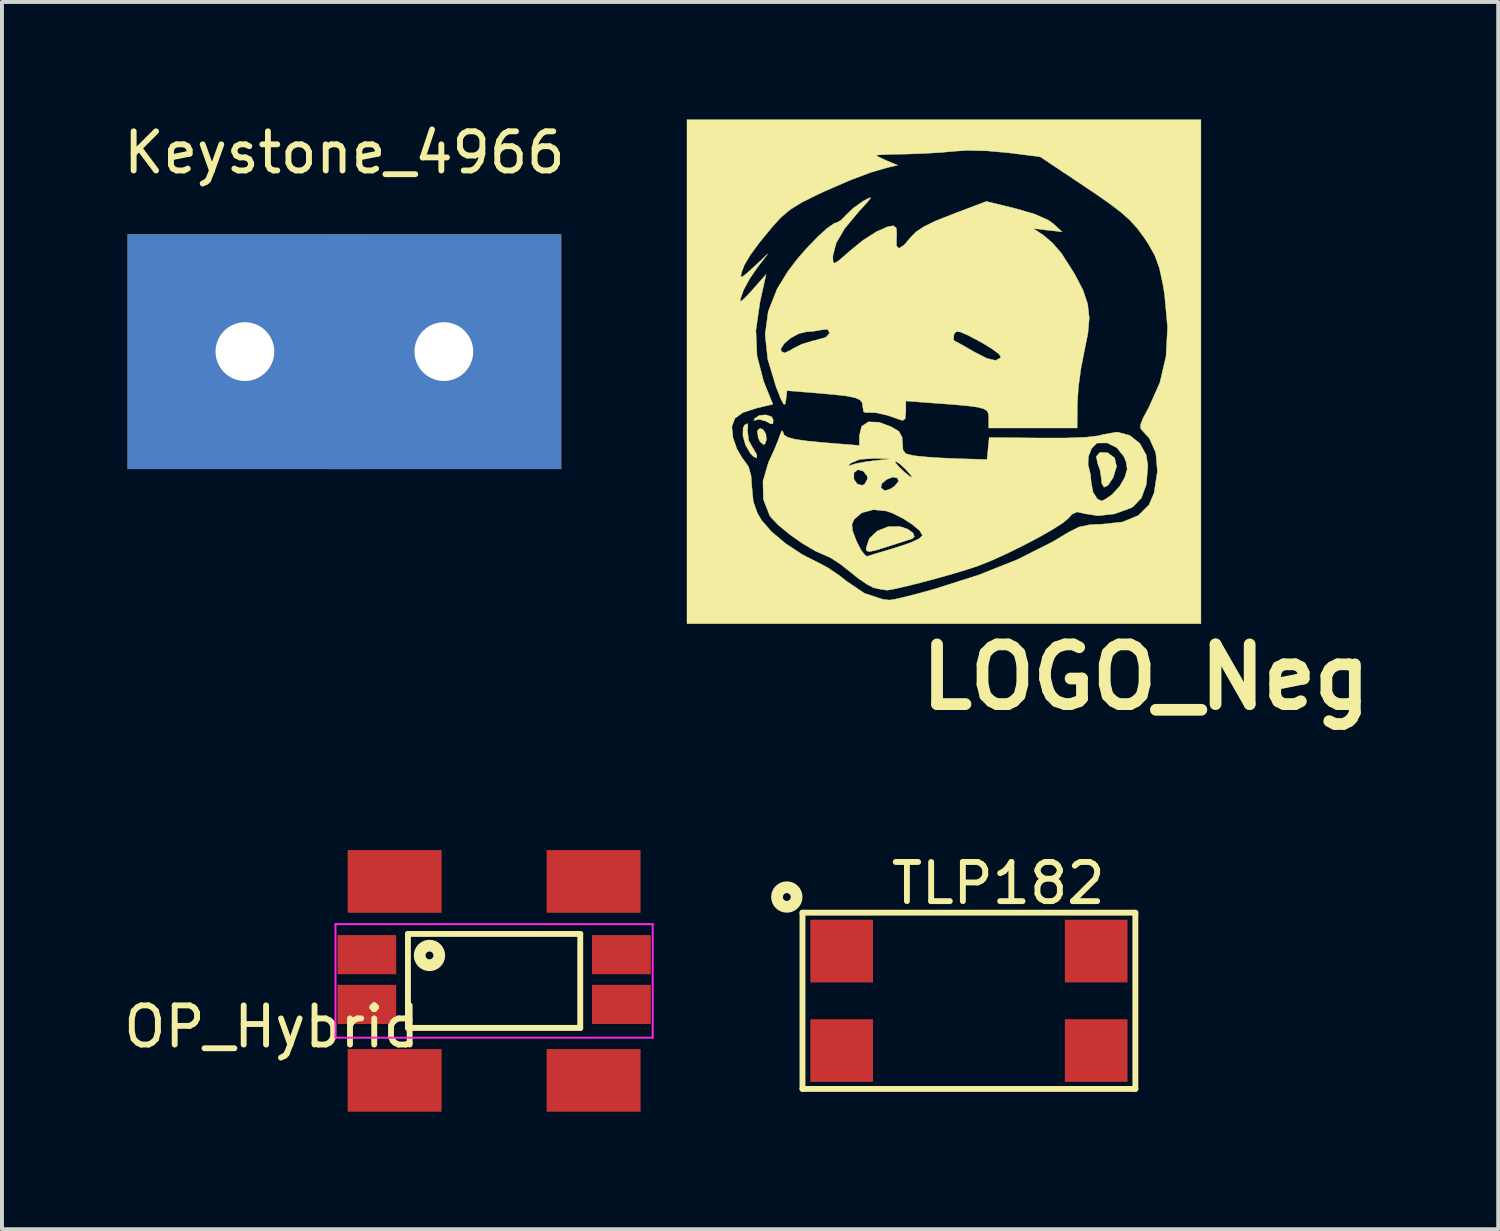
<source format=kicad_pcb>
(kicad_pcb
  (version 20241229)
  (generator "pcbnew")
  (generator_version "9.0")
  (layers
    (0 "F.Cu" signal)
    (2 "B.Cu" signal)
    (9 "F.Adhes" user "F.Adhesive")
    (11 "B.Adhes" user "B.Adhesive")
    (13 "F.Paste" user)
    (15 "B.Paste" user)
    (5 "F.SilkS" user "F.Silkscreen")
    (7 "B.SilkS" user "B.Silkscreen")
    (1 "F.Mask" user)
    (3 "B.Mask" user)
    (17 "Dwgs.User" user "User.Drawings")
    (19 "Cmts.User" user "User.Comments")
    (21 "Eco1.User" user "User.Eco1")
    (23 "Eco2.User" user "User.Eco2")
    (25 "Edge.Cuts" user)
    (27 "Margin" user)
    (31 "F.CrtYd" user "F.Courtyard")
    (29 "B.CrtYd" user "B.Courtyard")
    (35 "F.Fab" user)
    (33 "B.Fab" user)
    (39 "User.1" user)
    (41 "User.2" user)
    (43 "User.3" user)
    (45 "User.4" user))
  (footprint "Keystone_4966"
    (layer "F.Cu")
    (at 5.744 5.928)
    (property "Reference" "Keystone_4966" (at 0 -5.08 0) (layer "F.SilkS") (effects (font (size 1 1) (thickness 0.15))))
    (attr through_hole)
    (pad "1" thru_hole rect (at -2.54 0) (size 6 6) (drill 1.5) (layers "*.Cu" "*.Mask"))
    (pad "1" thru_hole rect (at 2.54 0) (size 6 6) (drill 1.5) (layers "*.Cu" "*.Mask")))
  (footprint "LOGO_Neg"
    (layer "F.Cu")
    (at 21.012 6.44)
    (property "Reference" "LOGO_Neg" (at 5.2 7.8 0) (layer "F.SilkS") (effects (font (size 1.524 1.524) (thickness 0.3))))
    (attr through_hole)
    (fp_poly (pts (xy -4.578 1.478) (xy -4.507 1.586) (xy -4.49 1.737) (xy -4.529 1.847) (xy -4.566 1.863) (xy -4.652 1.793) (xy -4.701 1.687) (xy -4.724 1.508) (xy -4.656 1.448) (xy -4.578 1.478)) (stroke (width 0.01) (type solid)) (fill yes) (layer "F.SilkS"))
    (fp_poly (pts (xy -4.361 1.15) (xy -4.318 1.228) (xy -4.326 1.331) (xy -4.385 1.332) (xy -4.509 1.263) (xy -4.675 1.218) (xy -4.755 1.236) (xy -4.812 1.245) (xy -4.792 1.198) (xy -4.671 1.117) (xy -4.503 1.103) (xy -4.361 1.15)) (stroke (width 0.01) (type solid)) (fill yes) (layer "F.SilkS"))
    (fp_poly (pts (xy -4.965 1.427) (xy -4.976 1.487) (xy -4.944 1.761) (xy -4.835 1.954) (xy -4.737 2.123) (xy -4.737 2.204) (xy -4.821 2.169) (xy -4.904 2.083) (xy -5.027 1.87) (xy -5.092 1.632) (xy -5.086 1.433) (xy -5.042 1.358) (xy -4.97 1.326) (xy -4.965 1.427)) (stroke (width 0.01) (type solid)) (fill yes) (layer "F.SilkS"))
    (fp_poly (pts (xy 4.22 2.07) (xy 4.4 2.201) (xy 4.45 2.42) (xy 4.365 2.701) (xy 4.363 2.705) (xy 4.231 2.903) (xy 4.129 2.952) (xy 4.071 2.848) (xy 4.064 2.746) (xy 4.027 2.504) (xy 3.971 2.356) (xy 3.931 2.168) (xy 4.024 2.062) (xy 4.22 2.07)) (stroke (width 0.01) (type solid)) (fill yes) (layer "F.SilkS"))
    (fp_poly (pts (xy -0.879 4.023) (xy -0.746 4.122) (xy -0.712 4.218) (xy -0.774 4.268) (xy -0.911 4.311) (xy -1.153 4.389) (xy -1.418 4.475) (xy -1.702 4.562) (xy -1.861 4.596) (xy -1.93 4.578) (xy -1.945 4.509) (xy -1.945 4.503) (xy -1.863 4.261) (xy -1.66 4.069) (xy -1.381 3.958) (xy -1.078 3.955) (xy -0.879 4.023)) (stroke (width 0.01) (type solid)) (fill yes) (layer "F.SilkS"))
    (fp_poly (pts (xy 6.604 6.435) (xy -6.519 6.435) (xy -6.519 1.407) (xy -5.374 1.407) (xy -5.344 1.69) (xy -5.246 1.971) (xy -5.104 2.214) (xy -5.07 2.255) (xy -4.947 2.43) (xy -4.883 2.66) (xy -4.862 2.951) (xy -4.826 3.318) (xy -4.723 3.611) (xy -4.616 3.793) (xy -4.362 4.086) (xy -3.997 4.392) (xy -3.573 4.672) (xy -3.161 4.88) (xy -2.922 5.008) (xy -2.635 5.202) (xy -2.445 5.351) (xy -1.987 5.66) (xy -1.52 5.814) (xy -1.351 5.833) (xy -1.223 5.814) (xy -0.968 5.756) (xy -0.624 5.668) (xy -0.226 5.558) (xy -0.208 5.553) (xy 0.924 5.194) (xy 1.918 4.798) (xy 2.802 4.353) (xy 3.232 4.097) (xy 3.488 3.968) (xy 3.775 3.907) (xy 4.076 3.895) (xy 4.602 3.839) (xy 5.004 3.673) (xy 5.28 3.398) (xy 5.408 3.098) (xy 5.493 2.542) (xy 5.452 2.072) (xy 5.286 1.7) (xy 5.127 1.528) (xy 5.065 1.454) (xy 5.061 1.354) (xy 5.126 1.19) (xy 5.269 0.921) (xy 5.281 0.899) (xy 5.557 0.276) (xy 5.713 -0.393) (xy 5.752 -1.134) (xy 5.676 -1.97) (xy 5.632 -2.238) (xy 5.542 -2.65) (xy 5.423 -2.975) (xy 5.241 -3.294) (xy 5.143 -3.439) (xy 4.976 -3.663) (xy 4.795 -3.863) (xy 4.571 -4.063) (xy 4.276 -4.289) (xy 3.879 -4.565) (xy 3.636 -4.728) (xy 2.498 -5.487) (xy 1.674 -5.59) (xy 1.14 -5.638) (xy 0.645 -5.649) (xy 0.319 -5.629) (xy -0.029 -5.597) (xy -0.462 -5.571) (xy -0.893 -5.556) (xy -0.953 -5.555) (xy -1.283 -5.549) (xy -1.537 -5.54) (xy -1.678 -5.529) (xy -1.693 -5.525) (xy -1.624 -5.482) (xy -1.454 -5.403) (xy -1.418 -5.387) (xy -1.143 -5.271) (xy -1.397 -5.212) (xy -1.822 -5.089) (xy -2.345 -4.892) (xy -2.985 -4.614) (xy -3.175 -4.527) (xy -3.583 -4.325) (xy -3.882 -4.141) (xy -4.123 -3.936) (xy -4.324 -3.717) (xy -4.665 -3.302) (xy -4.901 -2.981) (xy -5.051 -2.729) (xy -5.125 -2.54) (xy -5.146 -2.434) (xy -5.111 -2.419) (xy -4.998 -2.505) (xy -4.82 -2.667) (xy -4.457 -3.006) (xy -4.724 -2.658) (xy -4.922 -2.368) (xy -5.074 -2.085) (xy -5.155 -1.86) (xy -5.161 -1.794) (xy -5.109 -1.82) (xy -4.978 -1.946) (xy -4.828 -2.111) (xy -4.499 -2.486) (xy -4.657 -1.772) (xy -4.76 -1.056) (xy -4.731 -0.402) (xy -4.565 0.238) (xy -4.504 0.395) (xy -4.326 0.832) (xy -4.739 0.931) (xy -5.093 1.045) (xy -5.298 1.195) (xy -5.374 1.407) (xy -6.519 1.407) (xy -6.519 -6.435) (xy 6.604 -6.435) (xy 6.604 6.435)) (stroke (width 0.01) (type solid)) (fill yes) (layer "F.SilkS"))
    (fp_poly (pts (xy -1.878 -4.369) (xy -2.034 -4.195) (xy -2.129 -4.092) (xy -2.49 -3.658) (xy -2.709 -3.287) (xy -2.793 -2.964) (xy -2.794 -2.917) (xy -2.789 -2.803) (xy -2.754 -2.768) (xy -2.661 -2.821) (xy -2.483 -2.973) (xy -2.374 -3.071) (xy -2.023 -3.355) (xy -1.684 -3.572) (xy -1.395 -3.7) (xy -1.253 -3.725) (xy -1.174 -3.671) (xy -1.163 -3.49) (xy -1.169 -3.429) (xy -1.17 -3.21) (xy -1.104 -3.147) (xy -0.97 -3.239) (xy -0.824 -3.411) (xy -0.681 -3.561) (xy -0.477 -3.699) (xy -0.178 -3.845) (xy 0.25 -4.016) (xy 0.257 -4.018) (xy 1.124 -4.347) (xy 1.867 -4.166) (xy 2.368 -4.02) (xy 2.713 -3.865) (xy 2.833 -3.778) (xy 3.057 -3.571) (xy 2.692 -3.612) (xy 2.328 -3.654) (xy 2.593 -3.476) (xy 2.814 -3.286) (xy 3.028 -3.04) (xy 3.068 -2.983) (xy 3.381 -2.49) (xy 3.593 -2.084) (xy 3.713 -1.724) (xy 3.752 -1.367) (xy 3.718 -0.973) (xy 3.623 -0.508) (xy 3.54 -0.079) (xy 3.477 0.384) (xy 3.449 0.788) (xy 3.448 0.826) (xy 3.443 1.439) (xy 1.185 1.439) (xy 1.185 1.191) (xy 1.18 1.086) (xy 1.148 1.009) (xy 1.065 0.952) (xy 0.909 0.909) (xy 0.654 0.874) (xy 0.278 0.84) (xy -0.233 0.802) (xy -0.931 0.75) (xy -0.931 1.019) (xy -0.947 1.2) (xy -1.01 1.247) (xy -1.079 1.228) (xy -1.397 1.117) (xy -1.684 1.051) (xy -1.883 1.042) (xy -1.913 1.05) (xy -2.008 1.029) (xy -2.032 0.897) (xy -2.045 0.796) (xy -2.102 0.721) (xy -2.228 0.666) (xy -2.449 0.622) (xy -2.789 0.584) (xy -3.234 0.545) (xy -3.966 0.486) (xy -3.994 0.73) (xy -4.015 0.833) (xy -4.053 0.829) (xy -4.12 0.701) (xy -4.227 0.432) (xy -4.247 0.381) (xy -4.457 -0.317) (xy -4.485 -0.581) (xy -4.122 -0.581) (xy -4.114 -0.52) (xy -4.026 -0.477) (xy -3.864 -0.554) (xy -3.825 -0.581) (xy -3.591 -0.7) (xy -3.3 -0.789) (xy -3.239 -0.801) (xy -3.171 -0.82) (xy 0.284 -0.82) (xy 0.313 -0.784) (xy 0.418 -0.731) (xy 0.619 -0.618) (xy 0.804 -0.51) (xy 1.14 -0.338) (xy 1.363 -0.286) (xy 1.482 -0.351) (xy 1.494 -0.381) (xy 1.438 -0.458) (xy 1.264 -0.586) (xy 1.008 -0.742) (xy 0.938 -0.78) (xy 0.642 -0.935) (xy 0.46 -1.013) (xy 0.36 -1.022) (xy 0.308 -0.972) (xy 0.299 -0.951) (xy 0.284 -0.82) (xy -3.171 -0.82) (xy -2.976 -0.875) (xy -2.879 -0.98) (xy -2.879 -0.991) (xy -2.928 -1.081) (xy -3.069 -1.069) (xy -3.313 -1.027) (xy -3.471 -1.017) (xy -3.666 -0.97) (xy -3.871 -0.858) (xy -4.038 -0.717) (xy -4.122 -0.581) (xy -4.485 -0.581) (xy -4.524 -0.947) (xy -4.445 -1.538) (xy -4.217 -2.115) (xy -3.945 -2.557) (xy -3.714 -2.862) (xy -3.45 -3.166) (xy -3.183 -3.441) (xy -2.944 -3.658) (xy -2.76 -3.787) (xy -2.688 -3.81) (xy -2.581 -3.87) (xy -2.455 -4) (xy -2.276 -4.173) (xy -2.043 -4.34) (xy -2.02 -4.354) (xy -1.877 -4.432) (xy -1.828 -4.443) (xy -1.878 -4.369)) (stroke (width 0.01) (type solid)) (fill yes) (layer "F.SilkS"))
    (fp_poly (pts (xy -1.617 1.292) (xy -1.304 1.407) (xy -1.107 1.526) (xy -1.027 1.674) (xy -1.016 1.825) (xy -1.003 2.003) (xy -0.934 2.093) (xy -0.762 2.139) (xy -0.656 2.154) (xy -0.397 2.179) (xy -0.039 2.203) (xy 0.35 2.22) (xy 0.423 2.223) (xy 1.143 2.244) (xy 1.17 1.963) (xy 1.197 1.682) (xy 2.525 1.695) (xy 3.174 1.694) (xy 3.659 1.675) (xy 3.984 1.638) (xy 4.113 1.604) (xy 4.461 1.542) (xy 4.783 1.626) (xy 5.043 1.83) (xy 5.208 2.131) (xy 5.249 2.404) (xy 5.209 2.883) (xy 5.085 3.226) (xy 4.872 3.449) (xy 4.806 3.486) (xy 4.397 3.633) (xy 3.978 3.68) (xy 3.637 3.627) (xy 3.443 3.582) (xy 3.313 3.64) (xy 3.22 3.745) (xy 3.08 3.862) (xy 2.82 4.028) (xy 2.474 4.226) (xy 2.076 4.435) (xy 1.663 4.639) (xy 1.269 4.818) (xy 0.928 4.955) (xy 0.909 4.962) (xy 0.623 5.056) (xy 0.259 5.166) (xy -0.145 5.279) (xy -0.55 5.388) (xy -0.919 5.48) (xy -1.213 5.547) (xy -1.394 5.579) (xy -1.42 5.58) (xy -1.621 5.549) (xy -1.758 5.516) (xy -1.923 5.432) (xy -2.155 5.272) (xy -2.352 5.113) (xy -2.602 4.916) (xy -2.833 4.764) (xy -2.965 4.702) (xy -3.234 4.585) (xy -3.56 4.393) (xy -3.892 4.16) (xy -4.182 3.922) (xy -4.206 3.898) (xy -2.307 3.898) (xy -2.294 4.051) (xy -2.208 4.287) (xy -2.184 4.343) (xy -2.069 4.565) (xy -1.963 4.697) (xy -1.914 4.715) (xy -1.793 4.676) (xy -1.555 4.604) (xy -1.247 4.511) (xy -1.164 4.487) (xy -0.825 4.373) (xy -0.598 4.268) (xy -0.508 4.185) (xy -0.508 4.18) (xy -0.578 4.061) (xy -0.759 3.907) (xy -1.004 3.748) (xy -1.268 3.616) (xy -1.423 3.561) (xy -1.758 3.525) (xy -2.054 3.603) (xy -2.252 3.772) (xy -2.307 3.898) (xy -4.206 3.898) (xy -4.38 3.715) (xy -4.408 3.675) (xy -4.569 3.259) (xy -4.575 2.958) (xy -1.568 2.958) (xy -1.563 2.969) (xy -1.468 3.042) (xy -1.32 2.993) (xy -1.223 2.927) (xy -1.116 2.803) (xy -1.146 2.716) (xy -1.263 2.692) (xy -1.415 2.75) (xy -1.538 2.852) (xy -1.568 2.958) (xy -4.575 2.958) (xy -4.579 2.796) (xy -4.564 2.746) (xy -2.258 2.746) (xy -2.17 2.869) (xy -2.043 2.903) (xy -1.983 2.874) (xy -1.909 2.736) (xy -1.917 2.667) (xy -2.022 2.538) (xy -2.158 2.504) (xy -2.256 2.584) (xy -2.256 2.585) (xy -2.258 2.746) (xy -4.564 2.746) (xy -4.466 2.409) (xy -2.412 2.409) (xy -2.371 2.399) (xy -2.218 2.351) (xy -1.964 2.303) (xy -1.837 2.286) (xy -1.205 2.286) (xy -1.191 2.333) (xy -1.094 2.442) (xy -0.959 2.571) (xy -0.832 2.673) (xy -0.768 2.707) (xy -0.795 2.655) (xy -0.906 2.525) (xy -0.931 2.498) (xy -1.063 2.375) (xy 3.722 2.375) (xy 3.734 2.419) (xy 3.783 2.625) (xy 3.804 2.841) (xy 3.851 3.081) (xy 3.96 3.252) (xy 4.07 3.302) (xy 4.169 3.255) (xy 4.332 3.14) (xy 4.337 3.136) (xy 4.525 2.933) (xy 4.658 2.706) (xy 4.721 2.492) (xy 4.693 2.302) (xy 4.634 2.164) (xy 4.456 1.942) (xy 4.211 1.82) (xy 3.959 1.824) (xy 3.942 1.831) (xy 3.816 1.955) (xy 3.733 2.164) (xy 3.722 2.375) (xy -1.063 2.375) (xy -1.086 2.354) (xy -1.198 2.287) (xy -1.205 2.286) (xy -1.837 2.286) (xy -1.778 2.278) (xy -1.312 2.226) (xy -1.741 2.214) (xy -2.107 2.24) (xy -2.333 2.335) (xy -2.412 2.409) (xy -4.466 2.409) (xy -4.439 2.317) (xy -4.415 2.266) (xy -4.286 1.984) (xy -4.181 1.726) (xy -4.149 1.631) (xy -4.099 1.508) (xy -4.072 1.526) (xy -4.071 1.535) (xy -4.043 1.614) (xy -3.95 1.676) (xy -3.77 1.725) (xy -3.477 1.768) (xy -3.049 1.81) (xy -2.856 1.826) (xy -2.117 1.886) (xy -2.117 1.629) (xy -2.058 1.395) (xy -1.888 1.282) (xy -1.617 1.292)) (stroke (width 0.01) (type solid)) (fill yes) (layer "F.SilkS")))
  (footprint "OP_Hybrid"
    (layer "F.Cu")
    (at 9.567 21.998)
    (property "Reference" "OP_Hybrid" (at -5.68 1.17 0) (layer "F.SilkS") (effects (font (size 1 1) (thickness 0.15))))
    (attr smd)
    (fp_line (start -2.2 -1.2) (end 2.2 -1.2) (stroke (width 0.15) (type solid)) (layer "F.SilkS"))
    (fp_line (start -2.2 1.2) (end -2.2 -1.2) (stroke (width 0.15) (type solid)) (layer "F.SilkS"))
    (fp_line (start 2.2 -1.2) (end 2.2 1.2) (stroke (width 0.15) (type solid)) (layer "F.SilkS"))
    (fp_line (start 2.2 1.2) (end -2.2 1.2) (stroke (width 0.15) (type solid)) (layer "F.SilkS"))
    (fp_circle (center -1.65 -0.65) (end -1.65 -0.4) (stroke (width 0.3) (type solid)) (fill no) (layer "F.SilkS"))
    (fp_line (start -4.05 -1.45) (end -4.05 1.45) (stroke (width 0.05) (type solid)) (layer "F.CrtYd"))
    (fp_line (start -4.05 -1.45) (end 4.05 -1.45) (stroke (width 0.05) (type solid)) (layer "F.CrtYd"))
    (fp_line (start 4.05 -1.45) (end 4.05 1.45) (stroke (width 0.05) (type solid)) (layer "F.CrtYd"))
    (fp_line (start 4.05 1.45) (end -4.05 1.45) (stroke (width 0.05) (type solid)) (layer "F.CrtYd"))
    (pad "1" smd rect (at -3.25 -0.67 270) (size 1 1.5) (layers "F.Cu" "F.Mask" "F.Paste"))
    (pad "1" smd rect (at -2.54 -2.54) (size 2.4 1.6) (layers "F.Cu" "F.Mask" "F.Paste"))
    (pad "3" smd rect (at -3.25 0.6 270) (size 1 1.5) (layers "F.Cu" "F.Mask" "F.Paste"))
    (pad "3" smd rect (at -2.54 2.54) (size 2.4 1.6) (layers "F.Cu" "F.Mask" "F.Paste"))
    (pad "4" smd rect (at 2.54 2.54) (size 2.4 1.6) (layers "F.Cu" "F.Mask" "F.Paste"))
    (pad "4" smd rect (at 3.25 0.6 270) (size 1 1.5) (layers "F.Cu" "F.Mask" "F.Paste"))
    (pad "6" smd rect (at 2.54 -2.54) (size 2.4 1.6) (layers "F.Cu" "F.Mask" "F.Paste"))
    (pad "6" smd rect (at 3.25 -0.67 270) (size 1 1.5) (layers "F.Cu" "F.Mask" "F.Paste")))
  (footprint "TLP182"
    (layer "F.Cu")
    (at 21.692 22.506)
    (property "Reference" "TLP182" (at 0.75 -3 180) (layer "F.SilkS") (effects (font (size 1 1) (thickness 0.15))))
    (attr smd)
    (fp_line (start -4.25 -2.25) (end -4.25 2.25) (stroke (width 0.15) (type solid)) (layer "F.SilkS"))
    (fp_line (start -4.25 -2.25) (end 4.25 -2.25) (stroke (width 0.15) (type solid)) (layer "F.SilkS"))
    (fp_line (start -4.25 2.25) (end 4.25 2.25) (stroke (width 0.15) (type solid)) (layer "F.SilkS"))
    (fp_line (start 4.25 -2.25) (end 4.25 2.25) (stroke (width 0.15) (type solid)) (layer "F.SilkS"))
    (fp_circle (center -4.65 -2.65) (end -4.65 -2.4) (stroke (width 0.3) (type solid)) (fill no) (layer "F.SilkS"))
    (pad "1" smd rect (at -3.25 -1.27) (size 1.6 1.6) (layers "F.Cu" "F.Mask"))
    (pad "3" smd rect (at -3.25 1.27) (size 1.6 1.6) (layers "F.Cu" "F.Mask"))
    (pad "4" smd rect (at 3.25 1.27) (size 1.6 1.6) (layers "F.Cu" "F.Mask"))
    (pad "6" smd rect (at 3.25 -1.27) (size 1.6 1.6) (layers "F.Cu" "F.Mask")))
  (gr_rect
    (start -3 -3)
    (end 35.207 28.338)
    (stroke (width 0.1) (type default))
    (fill no)
    (layer "Edge.Cuts")))
</source>
